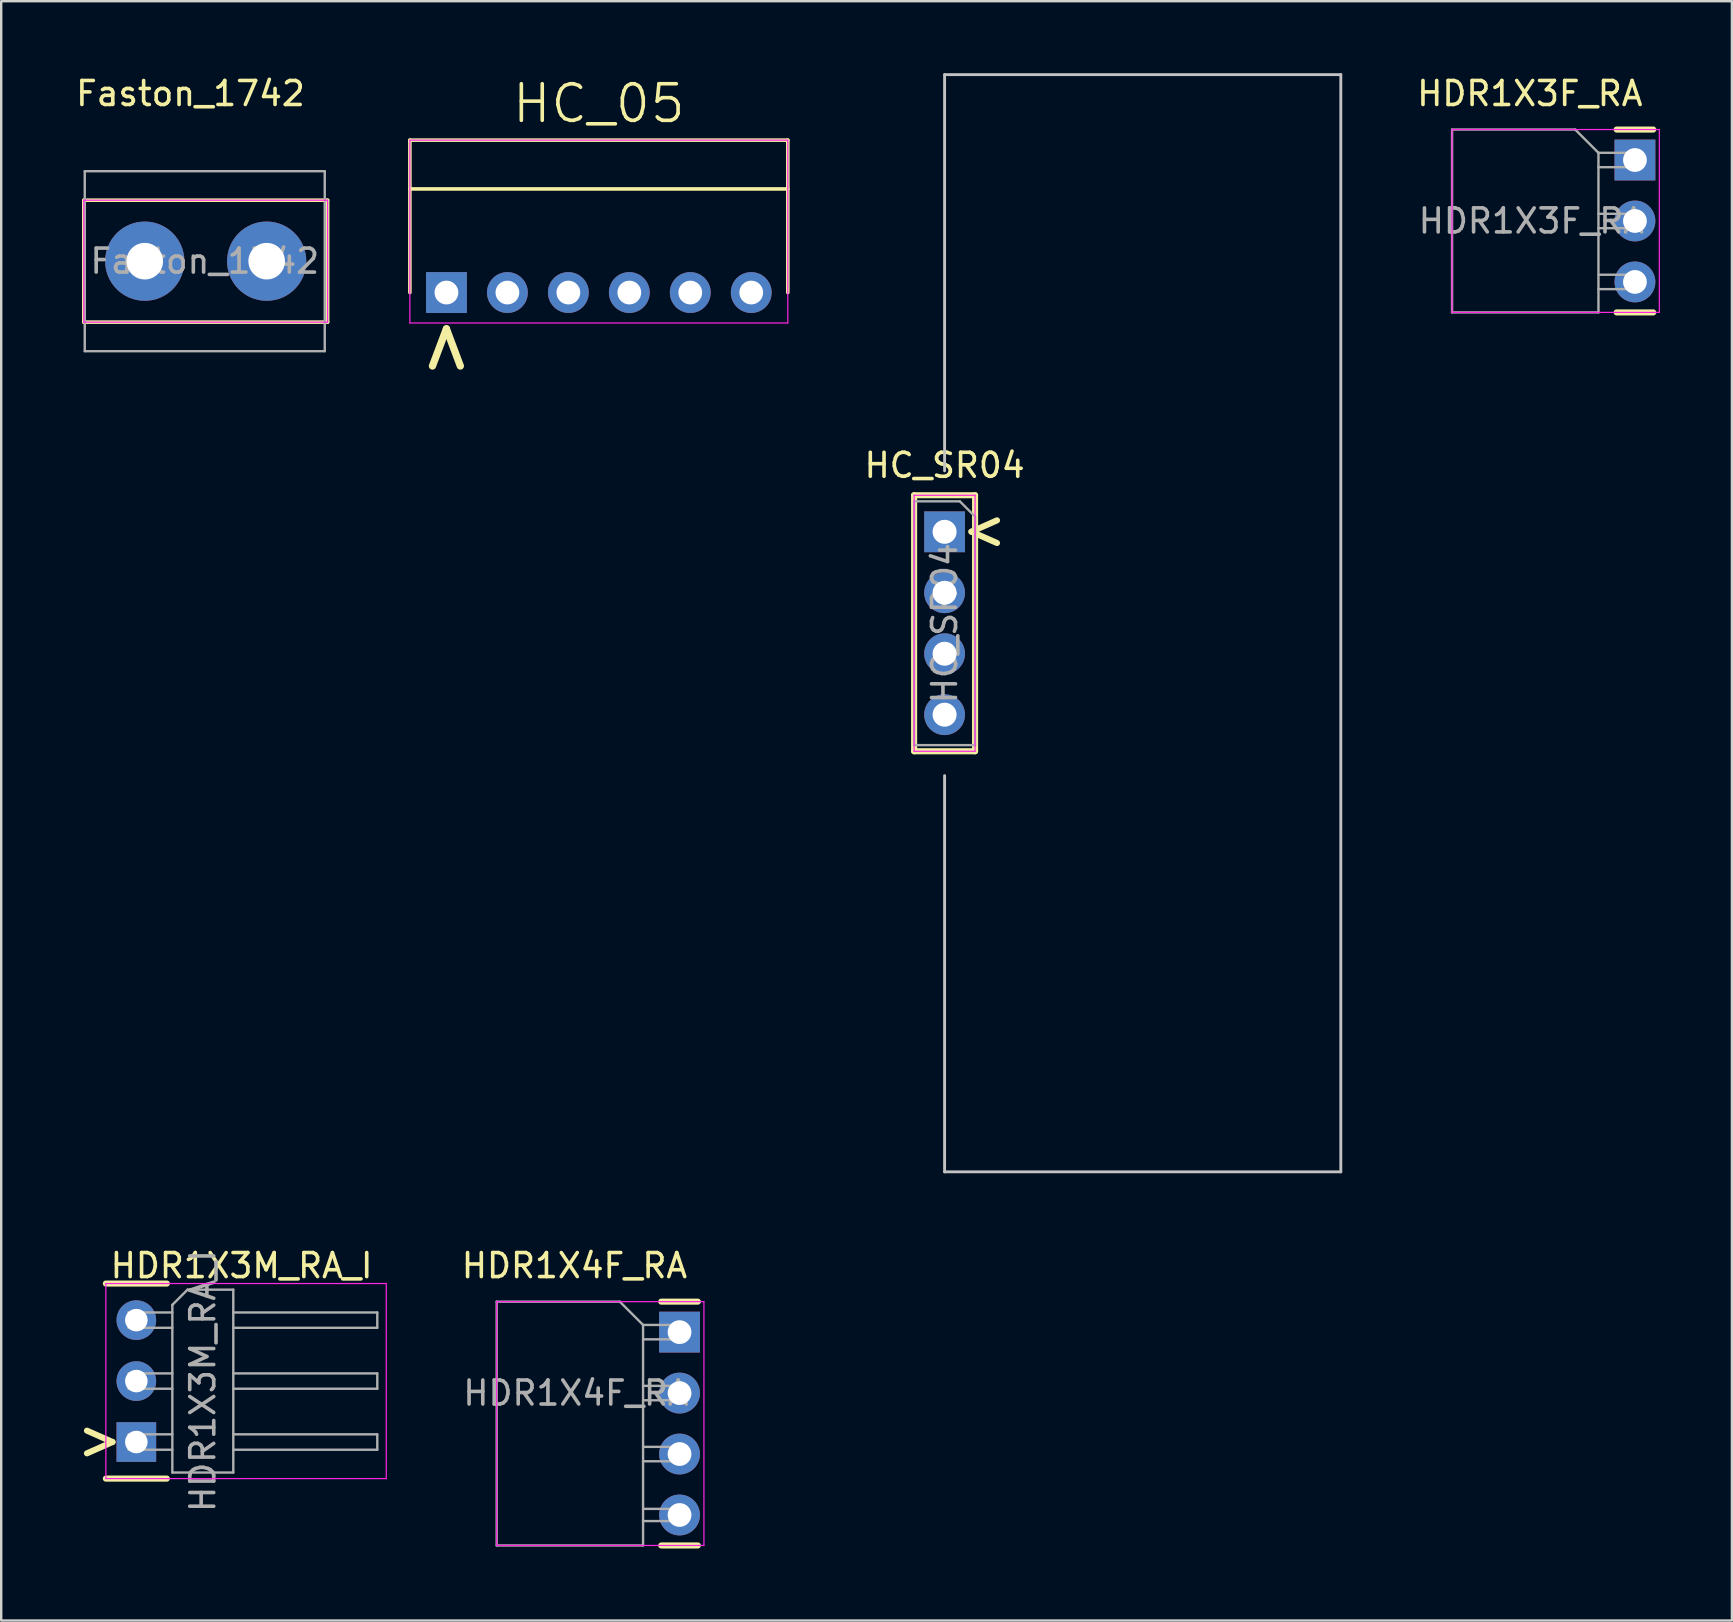
<source format=kicad_pcb>
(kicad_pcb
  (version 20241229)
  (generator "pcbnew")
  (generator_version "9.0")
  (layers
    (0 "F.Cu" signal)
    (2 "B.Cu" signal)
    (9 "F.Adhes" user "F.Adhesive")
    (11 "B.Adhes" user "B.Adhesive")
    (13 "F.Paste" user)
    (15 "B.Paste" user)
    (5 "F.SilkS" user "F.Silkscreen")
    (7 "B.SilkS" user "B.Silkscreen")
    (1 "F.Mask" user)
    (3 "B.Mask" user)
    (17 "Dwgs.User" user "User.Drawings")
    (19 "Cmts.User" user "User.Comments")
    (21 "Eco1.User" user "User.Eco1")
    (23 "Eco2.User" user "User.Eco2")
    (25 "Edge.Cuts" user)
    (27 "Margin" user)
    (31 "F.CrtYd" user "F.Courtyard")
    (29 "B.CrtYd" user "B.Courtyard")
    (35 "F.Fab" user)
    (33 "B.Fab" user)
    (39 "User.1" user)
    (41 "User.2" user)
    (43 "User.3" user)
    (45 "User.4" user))
  (footprint "Faston_1742"
    (layer "F.Cu")
    (at 2.982 7.833)
    (property "Reference" "Faston_1742" (at 1.905 -6.985 0) (layer "F.SilkS") (effects (font (size 1 1) (thickness 0.15))))
    (attr through_hole)
    (fp_line (start -2.54 -2.54) (end -2.54 2.54) (stroke (width 0.15) (type solid)) (layer "F.SilkS"))
    (fp_line (start -2.54 2.54) (end 7.62 2.54) (stroke (width 0.15) (type solid)) (layer "F.SilkS"))
    (fp_line (start 7.62 -2.54) (end -2.54 -2.54) (stroke (width 0.15) (type solid)) (layer "F.SilkS"))
    (fp_line (start 7.62 2.54) (end 7.62 -2.54) (stroke (width 0.15) (type solid)) (layer "F.SilkS"))
    (fp_line (start -2.54 -2.54) (end -2.54 2.54) (stroke (width 0.05) (type solid)) (layer "F.CrtYd"))
    (fp_line (start -2.54 2.54) (end 7.62 2.54) (stroke (width 0.05) (type solid)) (layer "F.CrtYd"))
    (fp_line (start 7.62 -2.54) (end -2.54 -2.54) (stroke (width 0.05) (type solid)) (layer "F.CrtYd"))
    (fp_line (start 7.62 2.54) (end 7.62 -2.54) (stroke (width 0.05) (type solid)) (layer "F.CrtYd"))
    (fp_line (start -2.5 -3.75) (end -2.5 3.75) (stroke (width 0.1) (type solid)) (layer "F.Fab"))
    (fp_line (start 7.5 -3.75) (end -2.5 -3.75) (stroke (width 0.1) (type solid)) (layer "F.Fab"))
    (fp_line (start 7.5 -3.75) (end 7.5 3.75) (stroke (width 0.1) (type solid)) (layer "F.Fab"))
    (fp_line (start 7.5 3.75) (end -2.5 3.75) (stroke (width 0.1) (type solid)) (layer "F.Fab"))
    (fp_text user "${REFERENCE}" (at 2.5 0 0) (layer "F.Fab") (effects (font (size 1 1) (thickness 0.15))))
    (pad "1" thru_hole circle (at 0 0) (size 3.302 3.302) (drill 1.524) (layers "*.Cu" "*.Mask"))
    (pad "1" thru_hole circle (at 5.08 0) (size 3.302 3.302) (drill 1.524) (layers "*.Cu" "*.Mask")))
  (footprint "HDR1X4F_RA"
    (layer "F.Cu")
    (at 25.266 52.458)
    (property "Reference" "HDR1X4F_RA" (at -4.38 -2.77 0) (layer "F.SilkS") (effects (font (size 1 1) (thickness 0.15))))
    (attr through_hole)
    (fp_line (start -0.762 -1.27) (end 0.762 -1.27) (stroke (width 0.254) (type solid)) (layer "F.SilkS"))
    (fp_line (start -0.762 8.89) (end 0.762 8.89) (stroke (width 0.254) (type solid)) (layer "F.SilkS"))
    (fp_line (start -7.62 -1.27) (end -7.62 8.89) (stroke (width 0.05) (type solid)) (layer "F.CrtYd"))
    (fp_line (start -7.62 8.89) (end 1.016 8.89) (stroke (width 0.05) (type solid)) (layer "F.CrtYd"))
    (fp_line (start 1.016 -1.27) (end -7.62 -1.27) (stroke (width 0.05) (type solid)) (layer "F.CrtYd"))
    (fp_line (start 1.016 8.89) (end 1.016 -1.27) (stroke (width 0.05) (type solid)) (layer "F.CrtYd"))
    (fp_line (start -7.62 -1.27) (end -2.49 -1.27) (stroke (width 0.1) (type solid)) (layer "F.Fab"))
    (fp_line (start -7.62 8.89) (end -7.62 -1.27) (stroke (width 0.1) (type solid)) (layer "F.Fab"))
    (fp_line (start -2.49 -1.27) (end -1.52 -0.3) (stroke (width 0.1) (type solid)) (layer "F.Fab"))
    (fp_line (start -1.52 -0.3) (end -1.52 8.89) (stroke (width 0.1) (type solid)) (layer "F.Fab"))
    (fp_line (start -1.52 0.3) (end 0 0.3) (stroke (width 0.1) (type solid)) (layer "F.Fab"))
    (fp_line (start -1.52 2.84) (end 0 2.84) (stroke (width 0.1) (type solid)) (layer "F.Fab"))
    (fp_line (start -1.52 5.38) (end 0 5.38) (stroke (width 0.1) (type solid)) (layer "F.Fab"))
    (fp_line (start -1.52 8.89) (end -7.62 8.89) (stroke (width 0.1) (type solid)) (layer "F.Fab"))
    (fp_line (start -0.004 7.874) (end -1.524 7.874) (stroke (width 0.1) (type solid)) (layer "F.Fab"))
    (fp_line (start 0 -0.3) (end -1.52 -0.3) (stroke (width 0.1) (type solid)) (layer "F.Fab"))
    (fp_line (start 0 0.3) (end 0 -0.3) (stroke (width 0.1) (type solid)) (layer "F.Fab"))
    (fp_line (start 0 2.24) (end -1.52 2.24) (stroke (width 0.1) (type solid)) (layer "F.Fab"))
    (fp_line (start 0 2.84) (end 0 2.24) (stroke (width 0.1) (type solid)) (layer "F.Fab"))
    (fp_line (start 0 4.78) (end -1.52 4.78) (stroke (width 0.1) (type solid)) (layer "F.Fab"))
    (fp_line (start 0 5.38) (end 0 4.78) (stroke (width 0.1) (type solid)) (layer "F.Fab"))
    (fp_line (start 0 7.366) (end -1.52 7.366) (stroke (width 0.1) (type solid)) (layer "F.Fab"))
    (fp_text user "${REFERENCE}" (at -4.318 2.54 0) (layer "F.Fab") (effects (font (size 1 1) (thickness 0.15))))
    (pad "1" thru_hole rect (at 0 0) (size 1.702 1.702) (drill 0.991) (layers "*.Cu" "*.Mask"))
    (pad "2" thru_hole circle (at 0 2.54) (size 1.702 1.702) (drill 0.991) (layers "*.Cu" "*.Mask"))
    (pad "3" thru_hole circle (at 0 5.08) (size 1.702 1.702) (drill 0.991) (layers "*.Cu" "*.Mask"))
    (pad "4" thru_hole circle (at 0 7.62) (size 1.702 1.702) (drill 0.991) (layers "*.Cu" "*.Mask")))
  (footprint "HDR1X3F_RA"
    (layer "F.Cu")
    (at 65.076 3.618)
    (property "Reference" "HDR1X3F_RA" (at -4.38 -2.77 0) (layer "F.SilkS") (effects (font (size 1 1) (thickness 0.15))))
    (attr through_hole)
    (fp_line (start -0.762 -1.27) (end 0.762 -1.27) (stroke (width 0.254) (type solid)) (layer "F.SilkS"))
    (fp_line (start -0.762 6.35) (end 0.762 6.35) (stroke (width 0.254) (type solid)) (layer "F.SilkS"))
    (fp_line (start -7.62 -1.27) (end -7.62 6.35) (stroke (width 0.05) (type solid)) (layer "F.CrtYd"))
    (fp_line (start -7.62 6.35) (end 1.016 6.35) (stroke (width 0.05) (type solid)) (layer "F.CrtYd"))
    (fp_line (start 1.016 -1.27) (end -7.62 -1.27) (stroke (width 0.05) (type solid)) (layer "F.CrtYd"))
    (fp_line (start 1.016 6.35) (end 1.016 -1.27) (stroke (width 0.05) (type solid)) (layer "F.CrtYd"))
    (fp_line (start -7.62 -1.27) (end -2.49 -1.27) (stroke (width 0.1) (type solid)) (layer "F.Fab"))
    (fp_line (start -7.62 6.35) (end -7.62 -1.27) (stroke (width 0.1) (type solid)) (layer "F.Fab"))
    (fp_line (start -2.49 -1.27) (end -1.52 -0.3) (stroke (width 0.1) (type solid)) (layer "F.Fab"))
    (fp_line (start -1.52 -0.3) (end -1.52 6.35) (stroke (width 0.1) (type solid)) (layer "F.Fab"))
    (fp_line (start -1.52 0.3) (end 0 0.3) (stroke (width 0.1) (type solid)) (layer "F.Fab"))
    (fp_line (start -1.52 2.84) (end 0 2.84) (stroke (width 0.1) (type solid)) (layer "F.Fab"))
    (fp_line (start -1.52 5.38) (end 0 5.38) (stroke (width 0.1) (type solid)) (layer "F.Fab"))
    (fp_line (start -1.52 6.35) (end -7.62 6.35) (stroke (width 0.1) (type solid)) (layer "F.Fab"))
    (fp_line (start 0 -0.3) (end -1.52 -0.3) (stroke (width 0.1) (type solid)) (layer "F.Fab"))
    (fp_line (start 0 0.3) (end 0 -0.3) (stroke (width 0.1) (type solid)) (layer "F.Fab"))
    (fp_line (start 0 2.24) (end -1.52 2.24) (stroke (width 0.1) (type solid)) (layer "F.Fab"))
    (fp_line (start 0 2.84) (end 0 2.24) (stroke (width 0.1) (type solid)) (layer "F.Fab"))
    (fp_line (start 0 4.78) (end -1.52 4.78) (stroke (width 0.1) (type solid)) (layer "F.Fab"))
    (fp_line (start 0 5.38) (end 0 4.78) (stroke (width 0.1) (type solid)) (layer "F.Fab"))
    (fp_text user "${REFERENCE}" (at -4.318 2.54 0) (layer "F.Fab") (effects (font (size 1 1) (thickness 0.15))))
    (pad "1" thru_hole rect (at 0 0) (size 1.702 1.702) (drill 0.991) (layers "*.Cu" "*.Mask"))
    (pad "2" thru_hole circle (at 0 2.54) (size 1.702 1.702) (drill 0.991) (layers "*.Cu" "*.Mask"))
    (pad "3" thru_hole circle (at 0 5.08) (size 1.702 1.702) (drill 0.991) (layers "*.Cu" "*.Mask")))
  (footprint "HC_05"
    (layer "F.Cu")
    (at 21.903 0.25)
    (property "Reference" "HC_05" (at 0 1.016 0) (layer "F.SilkS") (effects (font (size 1.524 1.524) (thickness 0.15))))
    (attr through_hole)
    (fp_line (start -7.874 2.54) (end 7.874 2.54) (stroke (width 0.15) (type solid)) (layer "F.SilkS"))
    (fp_line (start -7.874 4.572) (end 7.874 4.572) (stroke (width 0.15) (type solid)) (layer "F.SilkS"))
    (fp_line (start -7.874 8.89) (end -7.874 2.54) (stroke (width 0.15) (type solid)) (layer "F.SilkS"))
    (fp_line (start 7.874 2.54) (end 7.874 8.89) (stroke (width 0.15) (type solid)) (layer "F.SilkS"))
    (fp_line (start -7.874 2.54) (end 7.874 2.54) (stroke (width 0.05) (type solid)) (layer "F.CrtYd"))
    (fp_line (start -7.874 10.16) (end -7.874 2.54) (stroke (width 0.05) (type solid)) (layer "F.CrtYd"))
    (fp_line (start 7.874 2.54) (end 7.874 10.16) (stroke (width 0.05) (type solid)) (layer "F.CrtYd"))
    (fp_line (start 7.874 10.16) (end -7.874 10.16) (stroke (width 0.05) (type solid)) (layer "F.CrtYd"))
    (fp_text user ">" (at -6.502 11.176 90) (unlocked yes) (layer "F.SilkS") (effects (font (size 2.032 2.032) (thickness 0.305))))
    (pad "1" thru_hole rect (at -6.35 8.89) (size 1.702 1.702) (drill 0.991) (layers "*.Cu" "*.Mask"))
    (pad "2" thru_hole circle (at -3.81 8.89) (size 1.702 1.702) (drill 0.991) (layers "*.Cu" "*.Mask"))
    (pad "3" thru_hole circle (at -1.27 8.89) (size 1.702 1.702) (drill 0.991) (layers "*.Cu" "*.Mask"))
    (pad "4" thru_hole circle (at 1.27 8.89) (size 1.702 1.702) (drill 0.991) (layers "*.Cu" "*.Mask"))
    (pad "5" thru_hole circle (at 3.81 8.89) (size 1.702 1.702) (drill 0.991) (layers "*.Cu" "*.Mask"))
    (pad "6" thru_hole circle (at 6.35 8.89) (size 1.702 1.702) (drill 0.991) (layers "*.Cu" "*.Mask")))
  (footprint "HDR1X3M_RA_I"
    (layer "F.Cu")
    (at 2.631 51.958)
    (property "Reference" "HDR1X3M_RA_I" (at 4.385 -2.27 0) (unlocked yes) (layer "F.SilkS") (effects (font (size 1 1) (thickness 0.15))))
    (attr through_hole)
    (fp_line (start -1.27 -1.524) (end 1.27 -1.524) (stroke (width 0.254) (type solid)) (layer "F.SilkS"))
    (fp_line (start 1.27 6.604) (end -1.27 6.604) (stroke (width 0.254) (type solid)) (layer "F.SilkS"))
    (fp_line (start -1.27 -1.524) (end -1.27 6.604) (stroke (width 0.05) (type solid)) (layer "F.CrtYd"))
    (fp_line (start -1.27 6.604) (end 10.414 6.604) (stroke (width 0.05) (type solid)) (layer "F.CrtYd"))
    (fp_line (start 10.414 -1.524) (end -1.27 -1.524) (stroke (width 0.05) (type solid)) (layer "F.CrtYd"))
    (fp_line (start 10.414 6.604) (end 10.414 -1.524) (stroke (width 0.05) (type solid)) (layer "F.CrtYd"))
    (fp_line (start -0.32 -0.32) (end -0.32 0.32) (stroke (width 0.1) (type solid)) (layer "F.Fab"))
    (fp_line (start -0.32 -0.32) (end 1.5 -0.32) (stroke (width 0.1) (type solid)) (layer "F.Fab"))
    (fp_line (start -0.32 0.32) (end 1.5 0.32) (stroke (width 0.1) (type solid)) (layer "F.Fab"))
    (fp_line (start -0.32 2.22) (end -0.32 2.86) (stroke (width 0.1) (type solid)) (layer "F.Fab"))
    (fp_line (start -0.32 2.22) (end 1.5 2.22) (stroke (width 0.1) (type solid)) (layer "F.Fab"))
    (fp_line (start -0.32 2.86) (end 1.5 2.86) (stroke (width 0.1) (type solid)) (layer "F.Fab"))
    (fp_line (start -0.32 4.76) (end -0.32 5.4) (stroke (width 0.1) (type solid)) (layer "F.Fab"))
    (fp_line (start -0.32 4.76) (end 1.5 4.76) (stroke (width 0.1) (type solid)) (layer "F.Fab"))
    (fp_line (start -0.32 5.4) (end 1.5 5.4) (stroke (width 0.1) (type solid)) (layer "F.Fab"))
    (fp_line (start 1.5 -0.635) (end 2.135 -1.27) (stroke (width 0.1) (type solid)) (layer "F.Fab"))
    (fp_line (start 1.5 6.35) (end 1.5 -0.635) (stroke (width 0.1) (type solid)) (layer "F.Fab"))
    (fp_line (start 2.135 -1.27) (end 4.04 -1.27) (stroke (width 0.1) (type solid)) (layer "F.Fab"))
    (fp_line (start 4.04 -1.27) (end 4.04 6.35) (stroke (width 0.1) (type solid)) (layer "F.Fab"))
    (fp_line (start 4.04 -0.32) (end 10.04 -0.32) (stroke (width 0.1) (type solid)) (layer "F.Fab"))
    (fp_line (start 4.04 0.32) (end 10.04 0.32) (stroke (width 0.1) (type solid)) (layer "F.Fab"))
    (fp_line (start 4.04 2.22) (end 10.04 2.22) (stroke (width 0.1) (type solid)) (layer "F.Fab"))
    (fp_line (start 4.04 2.86) (end 10.04 2.86) (stroke (width 0.1) (type solid)) (layer "F.Fab"))
    (fp_line (start 4.04 4.76) (end 10.04 4.76) (stroke (width 0.1) (type solid)) (layer "F.Fab"))
    (fp_line (start 4.04 5.4) (end 10.04 5.4) (stroke (width 0.1) (type solid)) (layer "F.Fab"))
    (fp_line (start 4.04 6.35) (end 1.5 6.35) (stroke (width 0.1) (type solid)) (layer "F.Fab"))
    (fp_line (start 10.04 -0.32) (end 10.04 0.32) (stroke (width 0.1) (type solid)) (layer "F.Fab"))
    (fp_line (start 10.04 2.22) (end 10.04 2.86) (stroke (width 0.1) (type solid)) (layer "F.Fab"))
    (fp_line (start 10.04 4.76) (end 10.04 5.4) (stroke (width 0.1) (type solid)) (layer "F.Fab"))
    (fp_text user "<" (at -1.525 5.2 180) (unlocked yes) (layer "F.SilkS") (effects (font (size 1.651 1.397) (thickness 0.254))))
    (fp_text user "${REFERENCE}" (at 2.77 2.54 90) (layer "F.Fab") (effects (font (size 1 1) (thickness 0.15))))
    (pad "1" thru_hole rect (at 0 5.08) (size 1.651 1.651) (drill 0.94) (layers "*.Cu" "*.Mask"))
    (pad "2" thru_hole oval (at 0 2.54) (size 1.651 1.651) (drill 0.94) (layers "*.Cu" "*.Mask"))
    (pad "3" thru_hole oval (at 0 0) (size 1.651 1.651) (drill 0.94) (layers "*.Cu" "*.Mask")))
  (footprint "HC_SR04"
    (layer "F.Cu")
    (at 36.31 19.11)
    (property "Reference" "HC_SR04" (at 0 -2.77 0) (layer "F.SilkS") (effects (font (size 1 1) (thickness 0.15))))
    (attr through_hole)
    (fp_line (start -1.27 -1.524) (end 1.27 -1.524) (stroke (width 0.254) (type solid)) (layer "F.SilkS"))
    (fp_line (start -1.27 9.144) (end -1.27 -1.524) (stroke (width 0.254) (type solid)) (layer "F.SilkS"))
    (fp_line (start 1.27 -1.524) (end 1.27 9.144) (stroke (width 0.254) (type solid)) (layer "F.SilkS"))
    (fp_line (start 1.27 9.144) (end -1.27 9.144) (stroke (width 0.254) (type solid)) (layer "F.SilkS"))
    (fp_line (start 0 -19.05) (end 16.51 -19.05) (stroke (width 0.12) (type solid)) (layer "Dwgs.User"))
    (fp_line (start 0 -2.54) (end 0 -19.05) (stroke (width 0.12) (type solid)) (layer "Dwgs.User"))
    (fp_line (start 0 26.67) (end 0 10.16) (stroke (width 0.12) (type solid)) (layer "Dwgs.User"))
    (fp_line (start 16.51 -19.05) (end 16.51 26.67) (stroke (width 0.12) (type solid)) (layer "Dwgs.User"))
    (fp_line (start 16.51 26.67) (end 0 26.67) (stroke (width 0.12) (type solid)) (layer "Dwgs.User"))
    (fp_line (start -1.27 -1.524) (end 1.27 -1.524) (stroke (width 0.05) (type solid)) (layer "F.CrtYd"))
    (fp_line (start -1.27 9.144) (end -1.27 -1.524) (stroke (width 0.05) (type solid)) (layer "F.CrtYd"))
    (fp_line (start 1.27 -1.524) (end 1.27 9.144) (stroke (width 0.05) (type solid)) (layer "F.CrtYd"))
    (fp_line (start 1.27 9.144) (end -1.27 9.144) (stroke (width 0.05) (type solid)) (layer "F.CrtYd"))
    (fp_line (start -1.27 -1.27) (end 0.635 -1.27) (stroke (width 0.1) (type solid)) (layer "F.Fab"))
    (fp_line (start -1.27 8.89) (end -1.27 -1.27) (stroke (width 0.1) (type solid)) (layer "F.Fab"))
    (fp_line (start 0.635 -1.27) (end 1.27 -0.635) (stroke (width 0.1) (type solid)) (layer "F.Fab"))
    (fp_line (start 1.27 -0.635) (end 1.27 8.89) (stroke (width 0.1) (type solid)) (layer "F.Fab"))
    (fp_line (start 1.27 8.89) (end -1.27 8.89) (stroke (width 0.1) (type solid)) (layer "F.Fab"))
    (fp_text user "<" (at 1.651 -0.127 0) (unlocked yes) (layer "F.SilkS") (effects (font (size 1.651 1.397) (thickness 0.254))))
    (fp_text user "${REFERENCE}" (at 0 3.81 90) (layer "F.Fab") (effects (font (size 1 1) (thickness 0.15))))
    (pad "1" thru_hole rect (at 0 0) (size 1.7 1.7) (drill 1) (layers "*.Cu" "*.Mask"))
    (pad "2" thru_hole oval (at 0 2.54) (size 1.7 1.7) (drill 1) (layers "*.Cu" "*.Mask"))
    (pad "3" thru_hole oval (at 0 5.08) (size 1.7 1.7) (drill 1) (layers "*.Cu" "*.Mask"))
    (pad "4" thru_hole oval (at 0 7.62) (size 1.7 1.7) (drill 1) (layers "*.Cu" "*.Mask")))
  (gr_rect
    (start -3 -3)
    (end 69.117 64.475)
    (stroke (width 0.1) (type default))
    (fill no)
    (layer "Edge.Cuts")))
</source>
